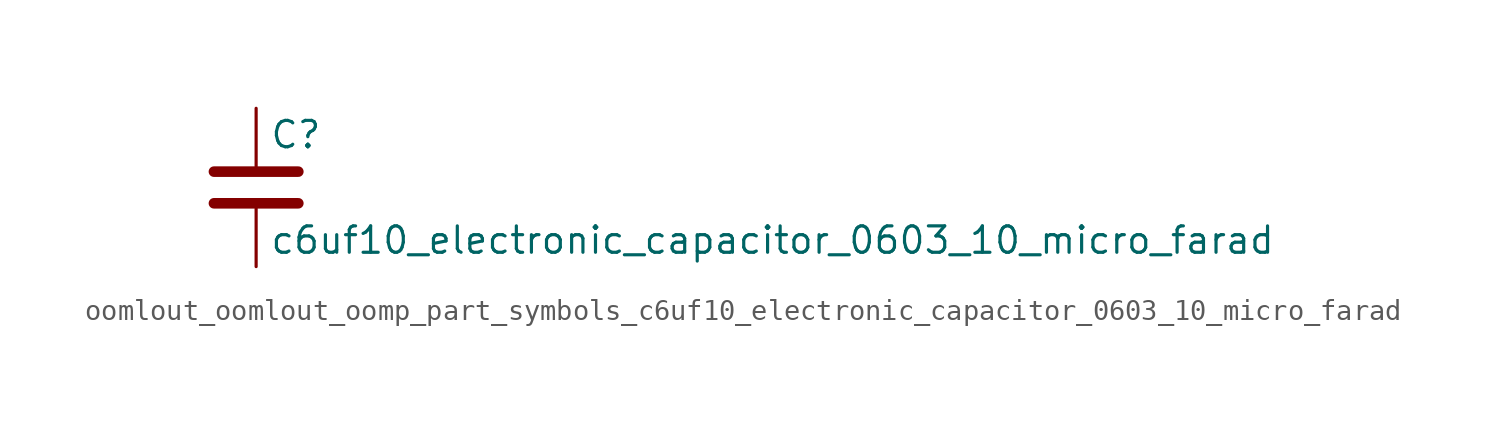
<source format=kicad_sym>
(kicad_symbol_lib
  (version 20220914)
  (generator kicad_symbol_editor)
  (symbol "oomlout_oomlout_oomp_part_symbols_c6uf10_electronic_capacitor_0603_10_micro_farad"
    (pin_numbers hide)
    (pin_names
      (offset 0.254))
    (property "Reference" "C"
      (at 0.635 2.54 0)
      (effects (font (size 1.27 1.27)) (justify left)))
    (property "Value" "c6uf10_electronic_capacitor_0603_10_micro_farad"
      (at 0.635 -2.54 0)
      (effects (font (size 1.27 1.27)) (justify left)))
    (symbol "oomlout_oomlout_oomp_part_symbols_c6uf10_electronic_capacitor_0603_10_micro_farad_0_1"
      (polyline (pts (xy -2.032 -0.762) (xy 2.032 -0.762)) (stroke (width 0.508) (type default)) (fill (type none)))
      (polyline (pts (xy -2.032 0.762) (xy 2.032 0.762)) (stroke (width 0.508) (type default)) (fill (type none))))
    (symbol "oomlout_oomlout_oomp_part_symbols_c6uf10_electronic_capacitor_0603_10_micro_farad_1_1"
      (pin passive line (at 0 3.81 270) (length 2.794) (name "~" (effects (font (size 1.27 1.27)))) (number "1" (effects (font (size 1.27 1.27)))))
      (pin passive line (at 0 -3.81 90) (length 2.794) (name "~" (effects (font (size 1.27 1.27)))) (number "2" (effects (font (size 1.27 1.27))))))))
</source>
